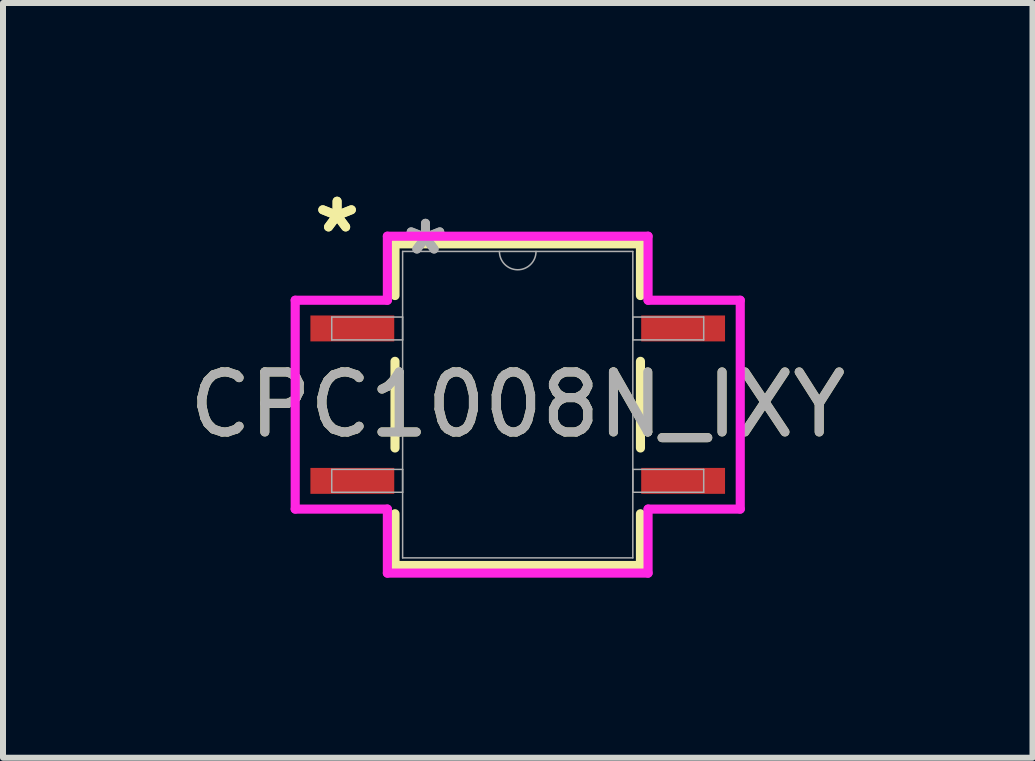
<source format=kicad_pcb>
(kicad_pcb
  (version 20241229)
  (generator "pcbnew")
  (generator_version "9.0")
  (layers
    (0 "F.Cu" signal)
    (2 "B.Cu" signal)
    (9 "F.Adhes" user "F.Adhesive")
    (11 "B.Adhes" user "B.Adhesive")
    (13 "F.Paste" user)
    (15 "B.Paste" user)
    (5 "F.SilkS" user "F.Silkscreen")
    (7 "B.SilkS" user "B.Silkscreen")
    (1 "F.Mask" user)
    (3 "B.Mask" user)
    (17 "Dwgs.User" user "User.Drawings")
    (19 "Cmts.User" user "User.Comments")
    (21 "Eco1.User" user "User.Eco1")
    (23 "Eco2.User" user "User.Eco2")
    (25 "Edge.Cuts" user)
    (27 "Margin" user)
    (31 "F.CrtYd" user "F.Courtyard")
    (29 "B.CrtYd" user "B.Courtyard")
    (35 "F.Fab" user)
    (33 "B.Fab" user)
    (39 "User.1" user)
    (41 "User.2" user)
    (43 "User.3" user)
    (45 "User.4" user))
  (footprint "CPC1008N_IXY"
    (layer "F.Cu")
    (at 5.577 3.693)
    (property "Reference" "CPC1008N_IXY" (at 0 0 0) (unlocked yes) (layer "F.SilkS") (effects (font (size 1 1) (thickness 0.15))))
    (attr smd)
    (fp_line (start -2.045 -2.68) (end -2.045 -1.818) (stroke (width 0.152) (type solid)) (layer "F.SilkS"))
    (fp_line (start -2.045 -0.722) (end -2.045 0.722) (stroke (width 0.152) (type solid)) (layer "F.SilkS"))
    (fp_line (start -2.045 1.818) (end -2.045 2.68) (stroke (width 0.152) (type solid)) (layer "F.SilkS"))
    (fp_line (start -2.045 2.68) (end 2.045 2.68) (stroke (width 0.152) (type solid)) (layer "F.SilkS"))
    (fp_line (start 2.045 -2.68) (end -2.045 -2.68) (stroke (width 0.152) (type solid)) (layer "F.SilkS"))
    (fp_line (start 2.045 -1.818) (end 2.045 -2.68) (stroke (width 0.152) (type solid)) (layer "F.SilkS"))
    (fp_line (start 2.045 0.722) (end 2.045 -0.722) (stroke (width 0.152) (type solid)) (layer "F.SilkS"))
    (fp_line (start 2.045 2.68) (end 2.045 1.818) (stroke (width 0.152) (type solid)) (layer "F.SilkS"))
    (fp_line (start -3.708 -1.74) (end -2.172 -1.74) (stroke (width 0.152) (type solid)) (layer "F.CrtYd"))
    (fp_line (start -3.708 1.74) (end -3.708 -1.74) (stroke (width 0.152) (type solid)) (layer "F.CrtYd"))
    (fp_line (start -3.708 1.74) (end -2.172 1.74) (stroke (width 0.152) (type solid)) (layer "F.CrtYd"))
    (fp_line (start -2.172 -2.807) (end 2.172 -2.807) (stroke (width 0.152) (type solid)) (layer "F.CrtYd"))
    (fp_line (start -2.172 -1.74) (end -2.172 -2.807) (stroke (width 0.152) (type solid)) (layer "F.CrtYd"))
    (fp_line (start -2.172 2.807) (end -2.172 1.74) (stroke (width 0.152) (type solid)) (layer "F.CrtYd"))
    (fp_line (start 2.172 -2.807) (end 2.172 -1.74) (stroke (width 0.152) (type solid)) (layer "F.CrtYd"))
    (fp_line (start 2.172 1.74) (end 2.172 2.807) (stroke (width 0.152) (type solid)) (layer "F.CrtYd"))
    (fp_line (start 2.172 2.807) (end -2.172 2.807) (stroke (width 0.152) (type solid)) (layer "F.CrtYd"))
    (fp_line (start 3.708 -1.74) (end 2.172 -1.74) (stroke (width 0.152) (type solid)) (layer "F.CrtYd"))
    (fp_line (start 3.708 -1.74) (end 3.708 1.74) (stroke (width 0.152) (type solid)) (layer "F.CrtYd"))
    (fp_line (start 3.708 1.74) (end 2.172 1.74) (stroke (width 0.152) (type solid)) (layer "F.CrtYd"))
    (fp_line (start -3.099 -1.46) (end -3.099 -1.079) (stroke (width 0.025) (type solid)) (layer "F.Fab"))
    (fp_line (start -3.099 -1.079) (end -1.918 -1.079) (stroke (width 0.025) (type solid)) (layer "F.Fab"))
    (fp_line (start -3.099 1.079) (end -3.099 1.46) (stroke (width 0.025) (type solid)) (layer "F.Fab"))
    (fp_line (start -3.099 1.46) (end -1.918 1.46) (stroke (width 0.025) (type solid)) (layer "F.Fab"))
    (fp_line (start -1.918 -2.553) (end -1.918 2.553) (stroke (width 0.025) (type solid)) (layer "F.Fab"))
    (fp_line (start -1.918 -1.46) (end -3.099 -1.46) (stroke (width 0.025) (type solid)) (layer "F.Fab"))
    (fp_line (start -1.918 -1.079) (end -1.918 -1.46) (stroke (width 0.025) (type solid)) (layer "F.Fab"))
    (fp_line (start -1.918 1.079) (end -3.099 1.079) (stroke (width 0.025) (type solid)) (layer "F.Fab"))
    (fp_line (start -1.918 1.46) (end -1.918 1.079) (stroke (width 0.025) (type solid)) (layer "F.Fab"))
    (fp_line (start -1.918 2.553) (end 1.918 2.553) (stroke (width 0.025) (type solid)) (layer "F.Fab"))
    (fp_line (start 1.918 -2.553) (end -1.918 -2.553) (stroke (width 0.025) (type solid)) (layer "F.Fab"))
    (fp_line (start 1.918 -1.46) (end 1.918 -1.079) (stroke (width 0.025) (type solid)) (layer "F.Fab"))
    (fp_line (start 1.918 -1.079) (end 3.099 -1.079) (stroke (width 0.025) (type solid)) (layer "F.Fab"))
    (fp_line (start 1.918 1.079) (end 1.918 1.46) (stroke (width 0.025) (type solid)) (layer "F.Fab"))
    (fp_line (start 1.918 1.46) (end 3.099 1.46) (stroke (width 0.025) (type solid)) (layer "F.Fab"))
    (fp_line (start 1.918 2.553) (end 1.918 -2.553) (stroke (width 0.025) (type solid)) (layer "F.Fab"))
    (fp_line (start 3.099 -1.46) (end 1.918 -1.46) (stroke (width 0.025) (type solid)) (layer "F.Fab"))
    (fp_line (start 3.099 -1.079) (end 3.099 -1.46) (stroke (width 0.025) (type solid)) (layer "F.Fab"))
    (fp_line (start 3.099 1.079) (end 1.918 1.079) (stroke (width 0.025) (type solid)) (layer "F.Fab"))
    (fp_line (start 3.099 1.46) (end 3.099 1.079) (stroke (width 0.025) (type solid)) (layer "F.Fab"))
    (fp_arc (start 0.3048 -2.5527) (mid 0 -2.2479) (end -0.3048 -2.5527) (stroke (width 0.0254) (type solid)) (layer "F.Fab"))
    (fp_text user "*" (at -3.01 -2.845 0) (layer "F.SilkS") (effects (font (size 1 1) (thickness 0.15))))
    (fp_text user "*" (at -3.01 -2.845 0) (unlocked yes) (layer "F.SilkS") (effects (font (size 1 1) (thickness 0.15))))
    (fp_text user "*" (at -1.537 -2.477 0) (unlocked yes) (layer "F.Fab") (effects (font (size 1 1) (thickness 0.15))))
    (fp_text user "${REFERENCE}" (at 0 0 0) (unlocked yes) (layer "F.Fab") (effects (font (size 1 1) (thickness 0.15))))
    (fp_text user "*" (at -1.537 -2.477 0) (layer "F.Fab") (effects (font (size 1 1) (thickness 0.15))))
    (pad "1" smd rect (at -2.756 -1.27) (size 1.397 0.432) (layers "F.Cu" "F.Mask" "F.Paste"))
    (pad "2" smd rect (at -2.756 1.27) (size 1.397 0.432) (layers "F.Cu" "F.Mask" "F.Paste"))
    (pad "3" smd rect (at 2.756 1.27) (size 1.397 0.432) (layers "F.Cu" "F.Mask" "F.Paste"))
    (pad "4" smd rect (at 2.756 -1.27) (size 1.397 0.432) (layers "F.Cu" "F.Mask" "F.Paste")))
  (gr_rect
    (start -3 -3)
    (end 14.155 9.576)
    (stroke (width 0.1) (type default))
    (fill no)
    (layer "Edge.Cuts")))
</source>
